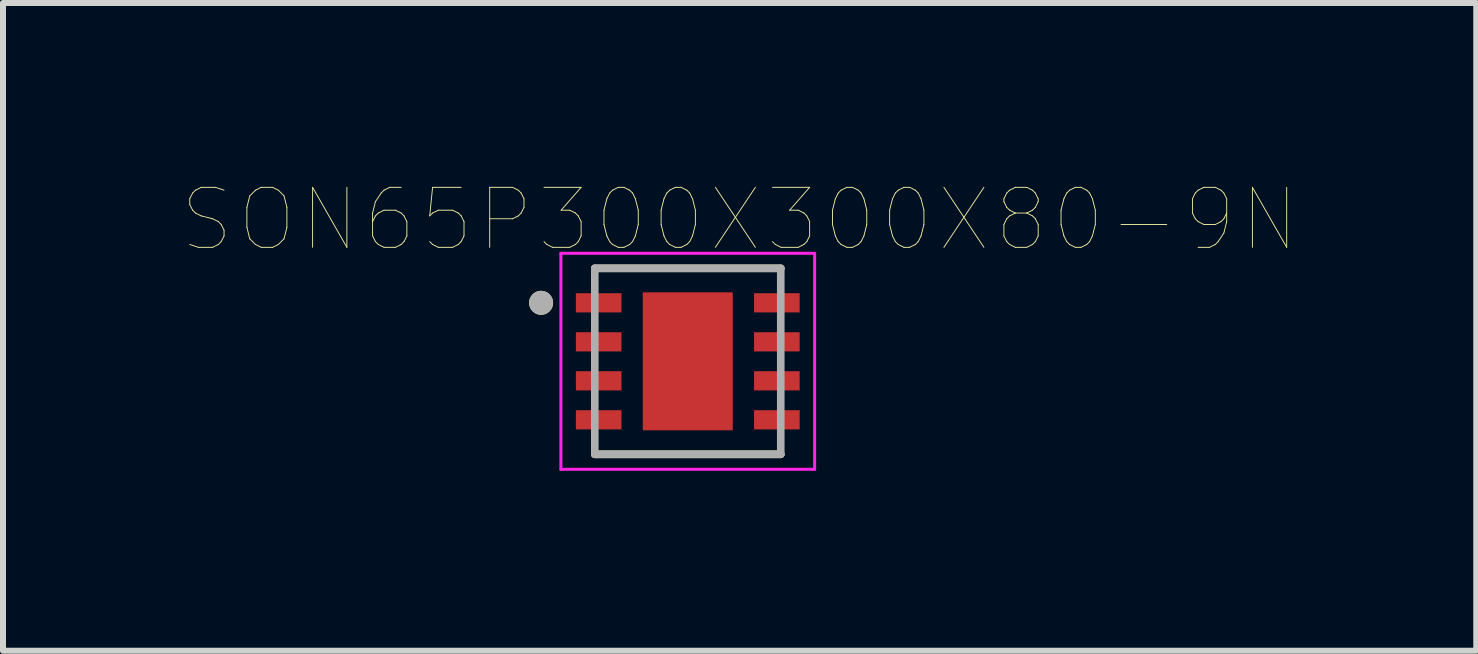
<source format=kicad_pcb>
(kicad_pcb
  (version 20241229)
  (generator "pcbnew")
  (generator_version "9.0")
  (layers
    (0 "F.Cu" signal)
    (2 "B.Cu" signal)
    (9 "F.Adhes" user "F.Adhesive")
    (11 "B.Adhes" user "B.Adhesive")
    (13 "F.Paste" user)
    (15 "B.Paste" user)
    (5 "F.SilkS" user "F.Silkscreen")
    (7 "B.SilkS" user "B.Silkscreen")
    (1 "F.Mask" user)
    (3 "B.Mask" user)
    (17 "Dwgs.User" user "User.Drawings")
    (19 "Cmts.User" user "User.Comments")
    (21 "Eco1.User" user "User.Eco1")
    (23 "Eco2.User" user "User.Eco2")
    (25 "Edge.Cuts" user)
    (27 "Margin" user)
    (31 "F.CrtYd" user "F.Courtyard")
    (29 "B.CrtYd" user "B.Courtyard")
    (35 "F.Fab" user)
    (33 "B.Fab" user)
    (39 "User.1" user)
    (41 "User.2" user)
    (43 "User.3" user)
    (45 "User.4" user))
  (footprint "SON65P300X300X80-9N"
    (layer "F.Cu")
    (at 8.415 2.973)
    (property "Reference" "SON65P300X300X80-9N" (at 0.865 -2.362 0) (layer "F.SilkS") (effects (font (size 1 1) (thickness 0.015))))
    (attr through_hole)
    (fp_line (start -1.55 -1.55) (end 1.55 -1.55) (stroke (width 0.127) (type solid)) (layer "F.SilkS"))
    (fp_line (start -1.55 1.55) (end 1.55 1.55) (stroke (width 0.127) (type solid)) (layer "F.SilkS"))
    (fp_circle (center -2.445 -0.975) (end -2.345 -0.975) (stroke (width 0.2) (type solid)) (fill no) (layer "F.SilkS"))
    (fp_poly (pts (xy -0.47 -0.73) (xy 0.47 -0.73) (xy 0.47 0.73) (xy -0.47 0.73)) (stroke (width 0.01) (type solid)) (fill yes) (layer "F.Paste"))
    (fp_line (start -2.115 -1.8) (end -2.115 1.8) (stroke (width 0.05) (type solid)) (layer "F.CrtYd"))
    (fp_line (start -2.115 -1.8) (end 2.115 -1.8) (stroke (width 0.05) (type solid)) (layer "F.CrtYd"))
    (fp_line (start -2.115 1.8) (end 2.115 1.8) (stroke (width 0.05) (type solid)) (layer "F.CrtYd"))
    (fp_line (start 2.115 -1.8) (end 2.115 1.8) (stroke (width 0.05) (type solid)) (layer "F.CrtYd"))
    (fp_line (start -1.55 -1.55) (end -1.55 1.55) (stroke (width 0.127) (type solid)) (layer "F.Fab"))
    (fp_line (start -1.55 -1.55) (end 1.55 -1.55) (stroke (width 0.127) (type solid)) (layer "F.Fab"))
    (fp_line (start -1.55 1.55) (end 1.55 1.55) (stroke (width 0.127) (type solid)) (layer "F.Fab"))
    (fp_line (start 1.55 -1.55) (end 1.55 1.55) (stroke (width 0.127) (type solid)) (layer "F.Fab"))
    (fp_circle (center -2.445 -0.975) (end -2.345 -0.975) (stroke (width 0.2) (type solid)) (fill no) (layer "F.Fab"))
    (pad "1" smd rect (at -1.485 -0.975) (size 0.76 0.32) (layers "F.Cu" "F.Mask" "F.Paste"))
    (pad "2" smd rect (at -1.485 -0.325) (size 0.76 0.32) (layers "F.Cu" "F.Mask" "F.Paste"))
    (pad "3" smd rect (at -1.485 0.325) (size 0.76 0.32) (layers "F.Cu" "F.Mask" "F.Paste"))
    (pad "4" smd rect (at -1.485 0.975) (size 0.76 0.32) (layers "F.Cu" "F.Mask" "F.Paste"))
    (pad "5" smd rect (at 1.485 0.975) (size 0.76 0.32) (layers "F.Cu" "F.Mask" "F.Paste"))
    (pad "6" smd rect (at 1.485 0.325) (size 0.76 0.32) (layers "F.Cu" "F.Mask" "F.Paste"))
    (pad "7" smd rect (at 1.485 -0.325) (size 0.76 0.32) (layers "F.Cu" "F.Mask" "F.Paste"))
    (pad "8" smd rect (at 1.485 -0.975) (size 0.76 0.32) (layers "F.Cu" "F.Mask" "F.Paste"))
    (pad "9" smd rect (at 0 0) (size 1.5 2.3) (layers "F.Cu" "F.Mask")))
  (gr_rect
    (start -3 -3)
    (end 21.559 7.798)
    (stroke (width 0.1) (type default))
    (fill no)
    (layer "Edge.Cuts")))
</source>
